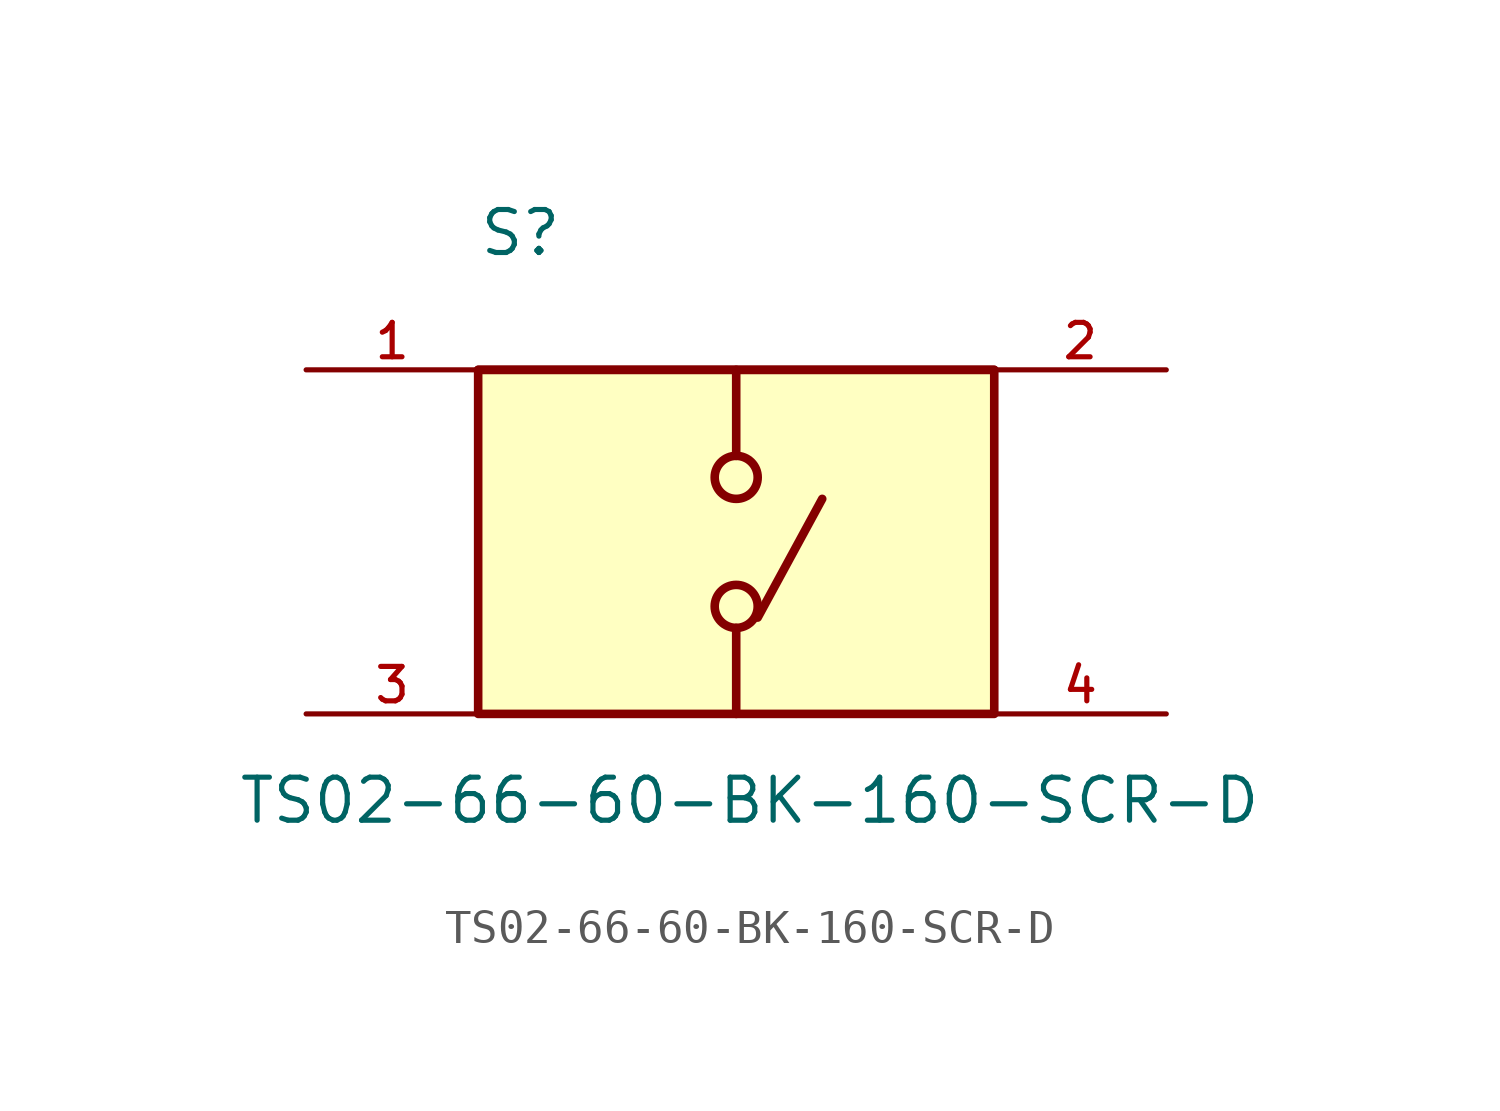
<source format=kicad_sym>
(kicad_symbol_lib
  (version 20231120)
  (generator "kicad_symbol_editor")
  (generator_version "8.0")
  (symbol "TS02-66-60-BK-160-SCR-D"
    (pin_names
      (offset 1.016) hide)
    (property "Reference" "S"
      (at -7.62 8.382 0)
      (effects (font (size 1.27 1.27)) (justify left bottom)))
    (property "Value" "TS02-66-60-BK-160-SCR-D"
      (at -14.732 -8.382 0)
      (effects (font (size 1.27 1.27)) (justify left bottom)))
    (property "ki_locked" ""
      (at 0 0 0)
      (effects (font (size 1.27 1.27))))
    (symbol "TS02-66-60-BK-160-SCR-D_0_0"
      (rectangle (start -7.62 5.08) (end 7.62 -5.08) (stroke (width 0.254) (type solid)) (fill (type background)))
      (circle (center 0 -1.905) (radius 0.635) (stroke (width 0.254) (type solid)) (fill (type none)))
      (polyline (pts (xy 0 -2.54) (xy 0 -5.08)) (stroke (width 0.254) (type solid)) (fill (type none)))
      (polyline (pts (xy 0 5.08) (xy 0 2.54)) (stroke (width 0.254) (type solid)) (fill (type none)))
      (polyline (pts (xy 0.635 -2.235) (xy 2.54 1.27)) (stroke (width 0.254) (type solid)) (fill (type none)))
      (polyline (pts (xy 7.62 5.08) (xy -7.62 5.08)) (stroke (width 0.254) (type solid)) (fill (type none)))
      (circle (center 0 1.905) (radius 0.635) (stroke (width 0.254) (type solid)) (fill (type none)))
      (pin passive line (at -12.7 5.08 0) (length 5.08) (name "~" (effects (font (size 1.016 1.016)))) (number "1" (effects (font (size 1.016 1.016)))))
      (pin passive line (at 12.7 5.08 180) (length 5.08) (name "~" (effects (font (size 1.016 1.016)))) (number "2" (effects (font (size 1.016 1.016)))))
      (pin passive line (at -12.7 -5.08 0) (length 5.08) (name "~" (effects (font (size 1.016 1.016)))) (number "3" (effects (font (size 1.016 1.016)))))
      (pin passive line (at 12.7 -5.08 180) (length 5.08) (name "~" (effects (font (size 1.016 1.016)))) (number "4" (effects (font (size 1.016 1.016))))))))
</source>
